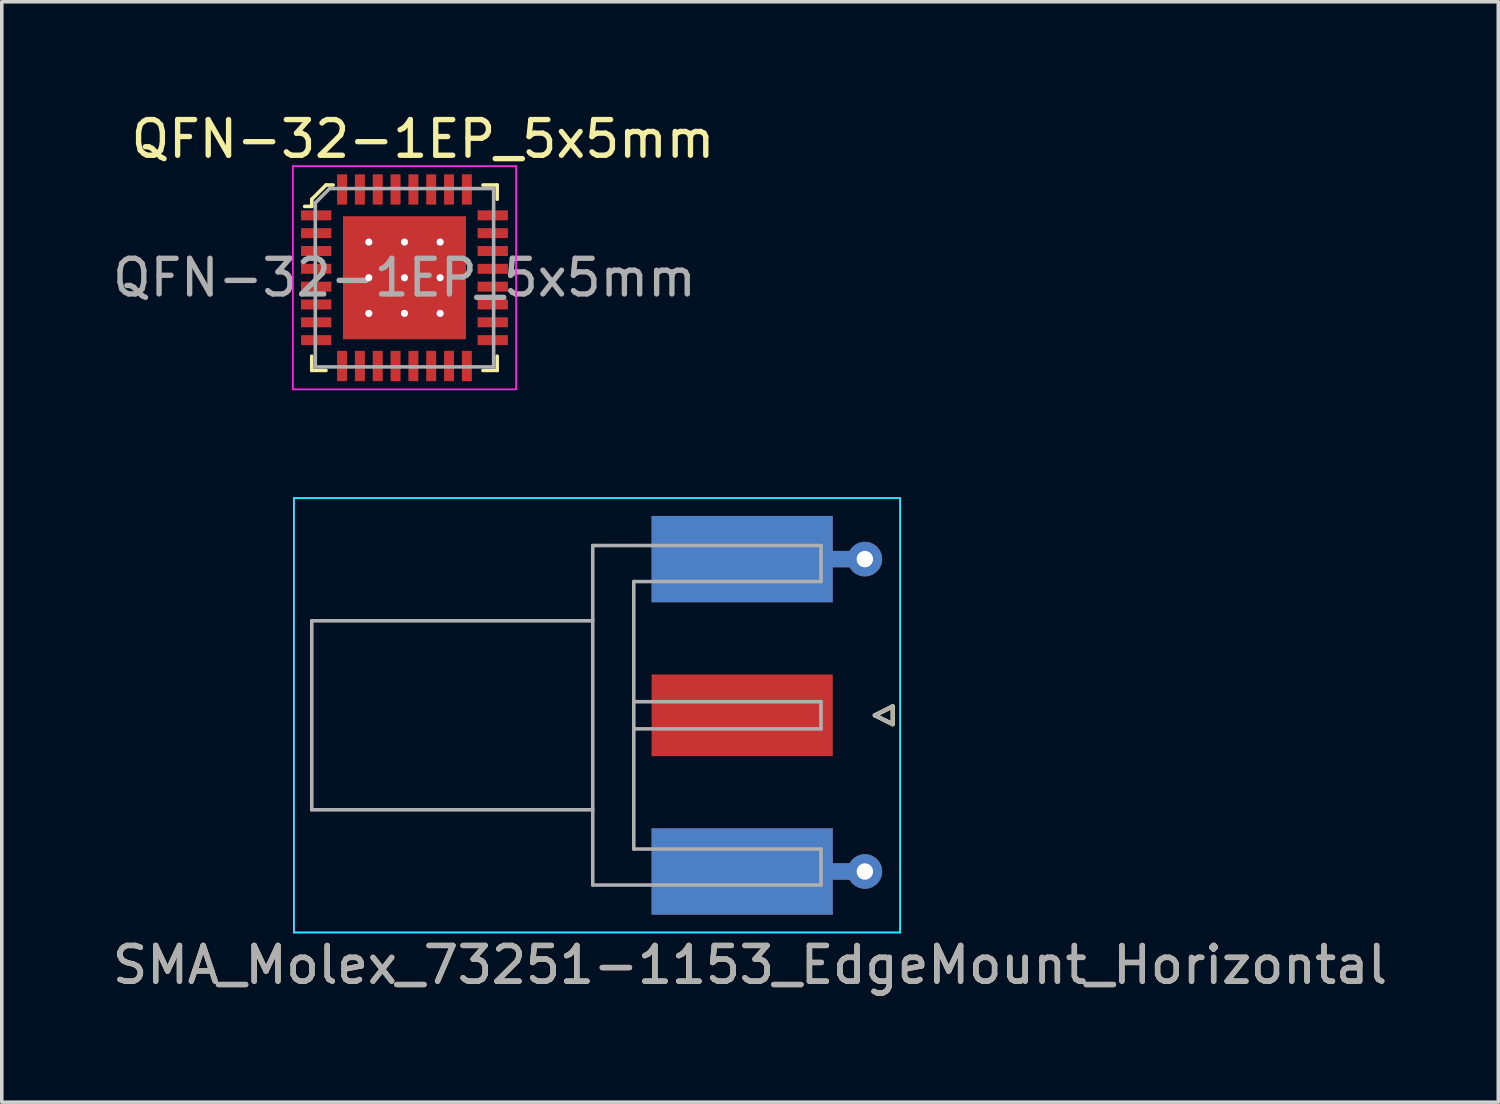
<source format=kicad_pcb>
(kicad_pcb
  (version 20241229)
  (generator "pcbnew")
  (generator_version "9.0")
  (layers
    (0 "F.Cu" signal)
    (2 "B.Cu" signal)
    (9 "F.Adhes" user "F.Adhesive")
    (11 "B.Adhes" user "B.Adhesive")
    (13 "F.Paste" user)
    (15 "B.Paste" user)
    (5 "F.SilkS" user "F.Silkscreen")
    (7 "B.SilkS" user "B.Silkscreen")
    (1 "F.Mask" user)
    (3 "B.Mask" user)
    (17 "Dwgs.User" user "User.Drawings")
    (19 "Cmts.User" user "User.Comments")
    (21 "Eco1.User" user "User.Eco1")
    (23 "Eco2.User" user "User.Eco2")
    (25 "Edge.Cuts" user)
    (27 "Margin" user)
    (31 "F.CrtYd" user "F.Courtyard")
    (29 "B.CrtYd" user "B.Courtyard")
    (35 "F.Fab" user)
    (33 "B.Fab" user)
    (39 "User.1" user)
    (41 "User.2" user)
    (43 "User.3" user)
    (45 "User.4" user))
  (footprint "QFN-32-1EP_5x5mm"
    (layer "F.Cu")
    (at 8.812 5.188)
    (property "Reference" "QFN-32-1EP_5x5mm" (at 0 -4.34 0) (layer "F.SilkS") (effects (font (size 1 1) (thickness 0.15))))
    (attr through_hole)
    (fp_line (start -3.12 -2.65) (end -3.12 -2.45) (stroke (width 0.1) (type solid)) (layer "F.SilkS"))
    (fp_line (start -3.12 -2.45) (end -3.32 -2.45) (stroke (width 0.1) (type solid)) (layer "F.SilkS"))
    (fp_line (start -3.12 2.15) (end -3.12 1.75) (stroke (width 0.1) (type solid)) (layer "F.SilkS"))
    (fp_line (start -2.72 -3.05) (end -3.12 -2.65) (stroke (width 0.1) (type solid)) (layer "F.SilkS"))
    (fp_line (start -2.72 2.15) (end -3.12 2.15) (stroke (width 0.1) (type solid)) (layer "F.SilkS"))
    (fp_line (start -2.52 -3.05) (end -2.72 -3.05) (stroke (width 0.1) (type solid)) (layer "F.SilkS"))
    (fp_line (start 2.08 -3.05) (end 1.68 -3.05) (stroke (width 0.1) (type solid)) (layer "F.SilkS"))
    (fp_line (start 2.08 -3.05) (end 2.08 -2.65) (stroke (width 0.1) (type solid)) (layer "F.SilkS"))
    (fp_line (start 2.08 1.75) (end 2.08 2.15) (stroke (width 0.1) (type solid)) (layer "F.SilkS"))
    (fp_line (start 2.08 2.15) (end 1.68 2.15) (stroke (width 0.1) (type solid)) (layer "F.SilkS"))
    (fp_line (start -3.65 2.68) (end -3.65 -3.58) (stroke (width 0.05) (type solid)) (layer "F.CrtYd"))
    (fp_line (start 2.61 -3.58) (end -3.65 -3.58) (stroke (width 0.05) (type solid)) (layer "F.CrtYd"))
    (fp_line (start 2.61 -3.58) (end 2.61 2.68) (stroke (width 0.05) (type solid)) (layer "F.CrtYd"))
    (fp_line (start 2.61 2.68) (end -3.65 2.68) (stroke (width 0.05) (type solid)) (layer "F.CrtYd"))
    (fp_line (start -3.02 -2.55) (end -3.02 2.05) (stroke (width 0.1) (type solid)) (layer "F.Fab"))
    (fp_line (start -2.62 -2.95) (end -3.02 -2.55) (stroke (width 0.1) (type solid)) (layer "F.Fab"))
    (fp_line (start -2.62 -2.95) (end 1.98 -2.95) (stroke (width 0.1) (type solid)) (layer "F.Fab"))
    (fp_line (start 1.98 -2.95) (end 1.98 2.05) (stroke (width 0.1) (type solid)) (layer "F.Fab"))
    (fp_line (start 1.98 2.05) (end -3.02 2.05) (stroke (width 0.1) (type solid)) (layer "F.Fab"))
    (fp_text user "${REFERENCE}" (at -0.52 -0.45 0) (layer "F.Fab") (effects (font (size 1 1) (thickness 0.15))))
    (pad "1" smd rect (at -2.995 -2.2 270) (size 0.28 0.85) (layers "F.Cu" "F.Mask" "F.Paste"))
    (pad "2" smd rect (at -2.995 -1.7 270) (size 0.28 0.85) (layers "F.Cu" "F.Mask" "F.Paste"))
    (pad "3" smd rect (at -2.995 -1.2 270) (size 0.28 0.85) (layers "F.Cu" "F.Mask" "F.Paste"))
    (pad "4" smd rect (at -2.995 -0.7 270) (size 0.28 0.85) (layers "F.Cu" "F.Mask" "F.Paste"))
    (pad "5" smd rect (at -2.995 -0.2 270) (size 0.28 0.85) (layers "F.Cu" "F.Mask" "F.Paste"))
    (pad "6" smd rect (at -2.995 0.3 270) (size 0.28 0.85) (layers "F.Cu" "F.Mask" "F.Paste"))
    (pad "7" smd rect (at -2.995 0.8 270) (size 0.28 0.85) (layers "F.Cu" "F.Mask" "F.Paste"))
    (pad "8" smd rect (at -2.995 1.3 270) (size 0.28 0.85) (layers "F.Cu" "F.Mask" "F.Paste"))
    (pad "9" smd rect (at -2.27 2.025 270) (size 0.85 0.28) (layers "F.Cu" "F.Mask" "F.Paste"))
    (pad "10" smd rect (at -1.77 2.025 270) (size 0.85 0.28) (layers "F.Cu" "F.Mask" "F.Paste"))
    (pad "11" smd rect (at -1.27 2.025 270) (size 0.85 0.28) (layers "F.Cu" "F.Mask" "F.Paste"))
    (pad "12" smd rect (at -0.77 2.025 270) (size 0.85 0.28) (layers "F.Cu" "F.Mask" "F.Paste"))
    (pad "13" smd rect (at -0.27 2.025 270) (size 0.85 0.28) (layers "F.Cu" "F.Mask" "F.Paste"))
    (pad "14" smd rect (at 0.23 2.025 270) (size 0.85 0.28) (layers "F.Cu" "F.Mask" "F.Paste"))
    (pad "15" smd rect (at 0.73 2.025 270) (size 0.85 0.28) (layers "F.Cu" "F.Mask" "F.Paste"))
    (pad "16" smd rect (at 1.23 2.025 270) (size 0.85 0.28) (layers "F.Cu" "F.Mask" "F.Paste"))
    (pad "17" smd rect (at 1.955 1.3 270) (size 0.28 0.85) (layers "F.Cu" "F.Mask" "F.Paste"))
    (pad "18" smd rect (at 1.955 0.8 270) (size 0.28 0.85) (layers "F.Cu" "F.Mask" "F.Paste"))
    (pad "19" smd rect (at 1.955 0.3 270) (size 0.28 0.85) (layers "F.Cu" "F.Mask" "F.Paste"))
    (pad "20" smd rect (at 1.955 -0.2 270) (size 0.28 0.85) (layers "F.Cu" "F.Mask" "F.Paste"))
    (pad "21" smd rect (at 1.955 -0.7 270) (size 0.28 0.85) (layers "F.Cu" "F.Mask" "F.Paste"))
    (pad "22" smd rect (at 1.955 -1.2 270) (size 0.28 0.85) (layers "F.Cu" "F.Mask" "F.Paste"))
    (pad "23" smd rect (at 1.955 -1.7 270) (size 0.28 0.85) (layers "F.Cu" "F.Mask" "F.Paste"))
    (pad "24" smd rect (at 1.955 -2.2 270) (size 0.28 0.85) (layers "F.Cu" "F.Mask" "F.Paste"))
    (pad "25" smd rect (at 1.23 -2.925 270) (size 0.85 0.28) (layers "F.Cu" "F.Mask" "F.Paste"))
    (pad "26" smd rect (at 0.73 -2.925 270) (size 0.85 0.28) (layers "F.Cu" "F.Mask" "F.Paste"))
    (pad "27" smd rect (at 0.23 -2.925 270) (size 0.85 0.28) (layers "F.Cu" "F.Mask" "F.Paste"))
    (pad "28" smd rect (at -0.27 -2.925 270) (size 0.85 0.28) (layers "F.Cu" "F.Mask" "F.Paste"))
    (pad "29" smd rect (at -0.77 -2.925 270) (size 0.85 0.28) (layers "F.Cu" "F.Mask" "F.Paste"))
    (pad "30" smd rect (at -1.27 -2.925 270) (size 0.85 0.28) (layers "F.Cu" "F.Mask" "F.Paste"))
    (pad "31" smd rect (at -1.77 -2.925 270) (size 0.85 0.28) (layers "F.Cu" "F.Mask" "F.Paste"))
    (pad "32" smd rect (at -2.27 -2.925 270) (size 0.85 0.28) (layers "F.Cu" "F.Mask" "F.Paste"))
    (pad "33" thru_hole circle (at -1.52 -1.45 270) (size 0.2 0.2) (drill 0.2) (layers "*.Cu" "*.Mask"))
    (pad "33" thru_hole circle (at -1.52 -0.45 270) (size 0.2 0.2) (drill 0.2) (layers "*.Cu" "*.Mask"))
    (pad "33" thru_hole circle (at -1.52 0.55 270) (size 0.2 0.2) (drill 0.2) (layers "*.Cu" "*.Mask"))
    (pad "33" thru_hole circle (at -0.52 -1.45 270) (size 0.2 0.2) (drill 0.2) (layers "*.Cu" "*.Mask"))
    (pad "33" thru_hole circle (at -0.52 -0.45 270) (size 0.2 0.2) (drill 0.2) (layers "*.Cu" "*.Mask"))
    (pad "33" smd rect (at -0.52 -0.45 270) (size 3.45 3.45) (layers "F.Cu" "F.Mask" "F.Paste"))
    (pad "33" thru_hole circle (at -0.52 0.55 270) (size 0.2 0.2) (drill 0.2) (layers "*.Cu" "*.Mask"))
    (pad "33" thru_hole circle (at 0.48 -1.45 270) (size 0.2 0.2) (drill 0.2) (layers "*.Cu" "*.Mask"))
    (pad "33" thru_hole circle (at 0.48 -0.45 270) (size 0.2 0.2) (drill 0.2) (layers "*.Cu" "*.Mask"))
    (pad "33" thru_hole circle (at 0.48 0.55 270) (size 0.2 0.2) (drill 0.2) (layers "*.Cu" "*.Mask")))
  (footprint "SMA_Molex_73251-1153_EdgeMount_Horizontal"
    (layer "F.Cu")
    (at 19.482 17.008)
    (property "Reference" "SMA_Molex_73251-1153_EdgeMount_Horizontal" (at -1.5 7 0) (layer "F.SilkS") (effects (font (size 1 1) (thickness 0.15))))
    (attr smd)
    (fp_line (start 2 0) (end 2.5 -0.25) (stroke (width 0.12) (type solid)) (layer "F.SilkS"))
    (fp_line (start 2.5 -0.25) (end 2.5 0.25) (stroke (width 0.12) (type solid)) (layer "F.SilkS"))
    (fp_line (start 2.5 0.25) (end 2 0) (stroke (width 0.12) (type solid)) (layer "F.SilkS"))
    (fp_line (start -14.29 -6.09) (end -14.29 6.09) (stroke (width 0.05) (type solid)) (layer "B.CrtYd"))
    (fp_line (start -14.29 -6.09) (end 2.71 -6.09) (stroke (width 0.05) (type solid)) (layer "B.CrtYd"))
    (fp_line (start -14.29 6.09) (end 2.71 6.09) (stroke (width 0.05) (type solid)) (layer "B.CrtYd"))
    (fp_line (start 2.71 -6.09) (end 2.71 6.09) (stroke (width 0.05) (type solid)) (layer "B.CrtYd"))
    (fp_line (start -14.29 -6.09) (end -14.29 6.09) (stroke (width 0.05) (type solid)) (layer "F.CrtYd"))
    (fp_line (start -14.29 6.09) (end 2.71 6.09) (stroke (width 0.05) (type solid)) (layer "F.CrtYd"))
    (fp_line (start 2.71 -6.09) (end -14.29 -6.09) (stroke (width 0.05) (type solid)) (layer "F.CrtYd"))
    (fp_line (start 2.71 -6.09) (end 2.71 6.09) (stroke (width 0.05) (type solid)) (layer "F.CrtYd"))
    (fp_line (start -13.79 -2.65) (end -13.79 2.65) (stroke (width 0.1) (type solid)) (layer "F.Fab"))
    (fp_line (start -13.79 -2.65) (end -5.91 -2.65) (stroke (width 0.1) (type solid)) (layer "F.Fab"))
    (fp_line (start -13.79 2.65) (end -5.91 2.65) (stroke (width 0.1) (type solid)) (layer "F.Fab"))
    (fp_line (start -5.91 -4.76) (end -5.91 4.76) (stroke (width 0.1) (type solid)) (layer "F.Fab"))
    (fp_line (start -5.91 4.76) (end 0.49 4.76) (stroke (width 0.1) (type solid)) (layer "F.Fab"))
    (fp_line (start -4.76 -3.75) (end -4.76 3.75) (stroke (width 0.1) (type solid)) (layer "F.Fab"))
    (fp_line (start -4.76 -3.75) (end 0.49 -3.75) (stroke (width 0.1) (type solid)) (layer "F.Fab"))
    (fp_line (start -4.76 -0.38) (end 0.49 -0.38) (stroke (width 0.1) (type solid)) (layer "F.Fab"))
    (fp_line (start -4.76 0.38) (end 0.49 0.38) (stroke (width 0.1) (type solid)) (layer "F.Fab"))
    (fp_line (start -4.76 3.75) (end 0.49 3.75) (stroke (width 0.1) (type solid)) (layer "F.Fab"))
    (fp_line (start 0.49 -4.76) (end -5.91 -4.76) (stroke (width 0.1) (type solid)) (layer "F.Fab"))
    (fp_line (start 0.49 -4.76) (end 0.49 -3.75) (stroke (width 0.1) (type solid)) (layer "F.Fab"))
    (fp_line (start 0.49 -0.38) (end 0.49 0.38) (stroke (width 0.1) (type solid)) (layer "F.Fab"))
    (fp_line (start 0.49 3.75) (end 0.49 4.76) (stroke (width 0.1) (type solid)) (layer "F.Fab"))
    (fp_line (start 2 0) (end 2.5 0.25) (stroke (width 0.1) (type solid)) (layer "F.Fab"))
    (fp_line (start 2.5 -0.25) (end 2 0) (stroke (width 0.1) (type solid)) (layer "F.Fab"))
    (fp_line (start 2.5 0.25) (end 2.5 -0.25) (stroke (width 0.1) (type solid)) (layer "F.Fab"))
    (fp_text user "${REFERENCE}" (at -1.5 7 0) (layer "F.Fab") (effects (font (size 1 1) (thickness 0.15))))
    (pad "1" smd rect (at -1.72 0) (size 5.08 2.29) (layers "F.Cu" "F.Mask" "F.Paste"))
    (pad "2" smd rect (at -1.72 -4.38) (size 5.08 2.42) (layers "F.Cu" "F.Mask" "F.Paste"))
    (pad "2" smd rect (at -1.72 -4.38) (size 5.08 2.42) (layers "B.Cu" "B.Mask" "B.Paste"))
    (pad "2" smd rect (at -1.72 4.38) (size 5.08 2.42) (layers "F.Cu" "F.Mask" "F.Paste"))
    (pad "2" smd rect (at -1.72 4.38) (size 5.08 2.42) (layers "B.Cu" "B.Mask" "B.Paste"))
    (pad "2" smd rect (at 1.27 -4.38) (size 0.95 0.46) (layers "F.Cu"))
    (pad "2" smd rect (at 1.27 -4.38) (size 0.95 0.46) (layers "B.Cu"))
    (pad "2" smd rect (at 1.27 4.38) (size 0.95 0.46) (layers "F.Cu"))
    (pad "2" smd rect (at 1.27 4.38) (size 0.95 0.46) (layers "B.Cu"))
    (pad "2" thru_hole circle (at 1.72 -4.38) (size 0.97 0.97) (drill 0.46) (layers "*.Cu"))
    (pad "2" thru_hole circle (at 1.72 4.38) (size 0.97 0.97) (drill 0.46) (layers "*.Cu")))
  (gr_rect
    (start -3 -3)
    (end 38.964 27.857)
    (stroke (width 0.1) (type default))
    (fill no)
    (layer "Edge.Cuts")))
</source>
